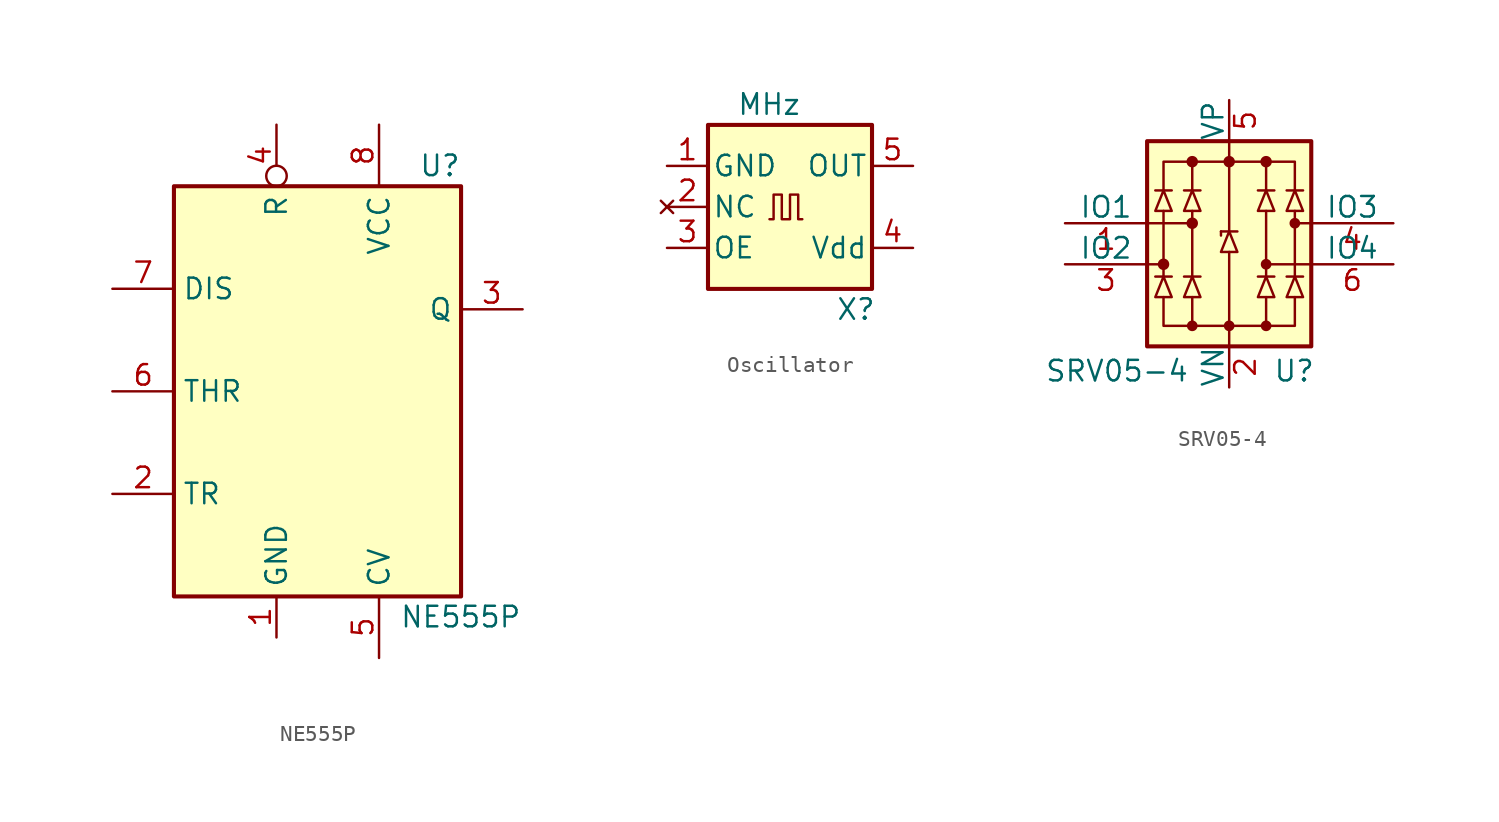
<source format=kicad_sym>
(kicad_symbol_lib
  (version 20231120)
  (generator "kicad_symbol_editor")
  (generator_version "8.0")
  (symbol "NE555P"
    (property "Reference" "U"
      (at 8.89 8.89 0)
      (effects (font (size 1.27 1.27)) (justify right)))
    (property "Value" "NE555P"
      (at 5.08 -19.05 0)
      (effects (font (size 1.27 1.27)) (justify left)))
    (symbol "NE555P_0_0"
      (pin power_in line (at -2.54 -20.32 90) (length 2.54) (name "GND" (effects (font (size 1.27 1.27)))) (number "1" (effects (font (size 1.27 1.27)))))
      (pin power_in line (at 3.81 11.43 270) (length 3.81) (name "VCC" (effects (font (size 1.27 1.27)))) (number "8" (effects (font (size 1.27 1.27))))))
    (symbol "NE555P_0_1"
      (rectangle (start -8.89 7.62) (end 8.89 -17.78) (stroke (width 0.254) (type default)) (fill (type background))))
    (symbol "NE555P_1_1"
      (pin input line (at -12.7 -11.43 0) (length 3.81) (name "TR" (effects (font (size 1.27 1.27)))) (number "2" (effects (font (size 1.27 1.27)))))
      (pin output line (at 12.7 0 180) (length 3.81) (name "Q" (effects (font (size 1.27 1.27)))) (number "3" (effects (font (size 1.27 1.27)))))
      (pin input inverted (at -2.54 11.43 270) (length 3.81) (name "R" (effects (font (size 1.27 1.27)))) (number "4" (effects (font (size 1.27 1.27)))))
      (pin input line (at 3.81 -21.59 90) (length 3.81) (name "CV" (effects (font (size 1.27 1.27)))) (number "5" (effects (font (size 1.27 1.27)))))
      (pin input line (at -12.7 -5.08 0) (length 3.81) (name "THR" (effects (font (size 1.27 1.27)))) (number "6" (effects (font (size 1.27 1.27)))))
      (pin input line (at -12.7 1.27 0) (length 3.81) (name "DIS" (effects (font (size 1.27 1.27)))) (number "7" (effects (font (size 1.27 1.27)))))))
  (symbol "Oscillator"
    (pin_names
      (offset 0.254))
    (property "Reference" "X"
      (at 5.334 -6.35 0)
      (effects (font (size 1.27 1.27)) (justify right)))
    (property "Value" "MHz"
      (at -3.302 6.35 0)
      (effects (font (size 1.27 1.27)) (justify left)))
    (symbol "Oscillator_0_1"
      (rectangle (start -5.08 5.08) (end 5.08 -5.08) (stroke (width 0.254) (type default)) (fill (type background)))
      (polyline (pts (xy -1.27 -0.762) (xy -1.016 -0.762) (xy -1.016 0.762) (xy -0.508 0.762) (xy -0.508 -0.762) (xy 0 -0.762) (xy 0 0.762) (xy 0.508 0.762) (xy 0.508 -0.762) (xy 0.762 -0.762)) (stroke (width 0) (type default)) (fill (type none))))
    (symbol "Oscillator_1_1"
      (pin power_in line (at -7.62 2.54 0) (length 2.54) (name "GND" (effects (font (size 1.27 1.27)))) (number "1" (effects (font (size 1.27 1.27)))))
      (pin no_connect line (at -7.62 0 0) (length 2.54) (name "NC" (effects (font (size 1.27 1.27)))) (number "2" (effects (font (size 1.27 1.27)))))
      (pin input line (at -7.62 -2.54 0) (length 2.54) (name "OE" (effects (font (size 1.27 1.27)))) (number "3" (effects (font (size 1.27 1.27)))))
      (pin power_in line (at 7.62 -2.54 180) (length 2.54) (name "Vdd" (effects (font (size 1.27 1.27)))) (number "4" (effects (font (size 1.27 1.27)))))
      (pin output line (at 7.62 2.54 180) (length 2.54) (name "OUT" (effects (font (size 1.27 1.27)))) (number "5" (effects (font (size 1.27 1.27)))))))
  (symbol "SRV05-4"
    (pin_names
      (offset 0))
    (property "Reference" "U"
      (at 5.334 -7.874 0)
      (effects (font (size 1.27 1.27)) (justify right)))
    (property "Value" "SRV05-4"
      (at -11.43 -7.874 0)
      (effects (font (size 1.27 1.27)) (justify left)))
    (symbol "SRV05-4_0_1"
      (rectangle (start -5.08 6.35) (end 5.08 -6.35) (stroke (width 0.254) (type default)) (fill (type background)))
      (circle (center -4.064 -1.27) (radius 0.279) (stroke (width 0) (type default)) (fill (type outline)))
      (circle (center -2.286 -5.08) (radius 0.254) (stroke (width 0) (type default)) (fill (type outline)))
      (circle (center -2.286 1.27) (radius 0.279) (stroke (width 0) (type default)) (fill (type outline)))
      (circle (center -2.286 5.08) (radius 0.279) (stroke (width 0) (type default)) (fill (type outline)))
      (circle (center 0 -5.08) (radius 0.254) (stroke (width 0) (type default)) (fill (type outline)))
      (polyline (pts (xy -3.556 -2.032) (xy -4.572 -2.032)) (stroke (width 0) (type default)) (fill (type none)))
      (polyline (pts (xy -3.556 3.302) (xy -4.572 3.302)) (stroke (width 0) (type default)) (fill (type none)))
      (polyline (pts (xy -1.778 -2.032) (xy -2.794 -2.032)) (stroke (width 0) (type default)) (fill (type none)))
      (polyline (pts (xy -1.778 3.302) (xy -2.794 3.302)) (stroke (width 0) (type default)) (fill (type none)))
      (polyline (pts (xy 0 6.35) (xy 0 0.762)) (stroke (width 0) (type default)) (fill (type none)))
      (polyline (pts (xy 0.508 0.762) (xy -0.508 0.762)) (stroke (width 0) (type default)) (fill (type none)))
      (polyline (pts (xy 2.794 -2.032) (xy 1.778 -2.032)) (stroke (width 0) (type default)) (fill (type none)))
      (polyline (pts (xy 2.794 3.302) (xy 1.778 3.302)) (stroke (width 0) (type default)) (fill (type none)))
      (polyline (pts (xy 4.572 -2.032) (xy 3.556 -2.032)) (stroke (width 0) (type default)) (fill (type none)))
      (polyline (pts (xy 4.572 3.302) (xy 3.556 3.302)) (stroke (width 0) (type default)) (fill (type none)))
      (polyline (pts (xy 5.08 -1.27) (xy 2.286 -1.27)) (stroke (width 0) (type default)) (fill (type none)))
      (polyline (pts (xy 5.08 1.27) (xy 4.064 1.27)) (stroke (width 0) (type default)) (fill (type none)))
      (polyline (pts (xy -3.556 -3.302) (xy -4.572 -3.302) (xy -4.064 -2.032) (xy -3.556 -3.302)) (stroke (width 0) (type default)) (fill (type none)))
      (polyline (pts (xy -3.556 2.032) (xy -4.572 2.032) (xy -4.064 3.302) (xy -3.556 2.032)) (stroke (width 0) (type default)) (fill (type none)))
      (polyline (pts (xy -1.778 -3.302) (xy -2.794 -3.302) (xy -2.286 -2.032) (xy -1.778 -3.302)) (stroke (width 0) (type default)) (fill (type none)))
      (polyline (pts (xy -1.778 2.032) (xy -2.794 2.032) (xy -2.286 3.302) (xy -1.778 2.032)) (stroke (width 0) (type default)) (fill (type none)))
      (polyline (pts (xy 0.508 -0.508) (xy -0.508 -0.508) (xy 0 0.762) (xy 0.508 -0.508)) (stroke (width 0) (type default)) (fill (type none)))
      (polyline (pts (xy 2.794 -3.302) (xy 1.778 -3.302) (xy 2.286 -2.032) (xy 2.794 -3.302)) (stroke (width 0) (type default)) (fill (type none)))
      (polyline (pts (xy 2.794 2.032) (xy 1.778 2.032) (xy 2.286 3.302) (xy 2.794 2.032)) (stroke (width 0) (type default)) (fill (type none)))
      (polyline (pts (xy 4.572 -3.302) (xy 3.556 -3.302) (xy 4.064 -2.032) (xy 4.572 -3.302)) (stroke (width 0) (type default)) (fill (type none)))
      (polyline (pts (xy 4.572 2.032) (xy 3.556 2.032) (xy 4.064 3.302) (xy 4.572 2.032)) (stroke (width 0) (type default)) (fill (type none)))
      (circle (center 0 5.08) (radius 0.279) (stroke (width 0) (type default)) (fill (type outline)))
      (circle (center 2.286 -5.08) (radius 0.254) (stroke (width 0) (type default)) (fill (type outline)))
      (circle (center 2.286 -1.27) (radius 0.254) (stroke (width 0) (type default)) (fill (type outline)))
      (circle (center 2.286 5.08) (radius 0.279) (stroke (width 0) (type default)) (fill (type outline)))
      (circle (center 4.064 1.27) (radius 0.254) (stroke (width 0) (type default)) (fill (type outline))))
    (symbol "SRV05-4_1_1"
      (polyline (pts (xy -4.064 -1.27) (xy -5.08 -1.27)) (stroke (width 0) (type default)) (fill (type none)))
      (polyline (pts (xy -4.064 2.032) (xy -4.064 -2.032)) (stroke (width 0) (type default)) (fill (type none)))
      (polyline (pts (xy -2.286 -3.302) (xy -2.286 -5.08)) (stroke (width 0) (type default)) (fill (type none)))
      (polyline (pts (xy -2.286 1.27) (xy -5.08 1.27)) (stroke (width 0) (type default)) (fill (type none)))
      (polyline (pts (xy -2.286 2.032) (xy -2.286 -2.032)) (stroke (width 0) (type default)) (fill (type none)))
      (polyline (pts (xy -2.286 3.302) (xy -2.286 5.08)) (stroke (width 0) (type default)) (fill (type none)))
      (polyline (pts (xy -0.508 0.762) (xy -0.508 0.508)) (stroke (width 0) (type default)) (fill (type none)))
      (polyline (pts (xy 2.286 -3.302) (xy 2.286 -5.08)) (stroke (width 0) (type default)) (fill (type none)))
      (polyline (pts (xy 2.286 2.032) (xy 2.286 -2.032)) (stroke (width 0) (type default)) (fill (type none)))
      (polyline (pts (xy 2.286 3.302) (xy 2.286 5.08)) (stroke (width 0) (type default)) (fill (type none)))
      (polyline (pts (xy 4.064 2.032) (xy 4.064 -2.032)) (stroke (width 0) (type default)) (fill (type none)))
      (polyline (pts (xy -4.064 -3.302) (xy -4.064 -5.08) (xy 4.064 -5.08) (xy 4.064 -3.302)) (stroke (width 0) (type default)) (fill (type none)))
      (polyline (pts (xy -4.064 3.302) (xy -4.064 5.08) (xy 4.064 5.08) (xy 4.064 3.302)) (stroke (width 0) (type default)) (fill (type none)))
      (polyline (pts (xy 0 -6.35) (xy 0 -0.508) (xy 0 -0.508) (xy 0 -0.508)) (stroke (width 0) (type default)) (fill (type none)))
      (pin passive line (at -10.16 1.27 0) (length 5.08) (name "IO1" (effects (font (size 1.27 1.27)))) (number "1" (effects (font (size 1.27 1.27)))))
      (pin passive line (at 0 -8.89 90) (length 2.54) (name "VN" (effects (font (size 1.27 1.27)))) (number "2" (effects (font (size 1.27 1.27)))))
      (pin passive line (at -10.16 -1.27 0) (length 5.08) (name "IO2" (effects (font (size 1.27 1.27)))) (number "3" (effects (font (size 1.27 1.27)))))
      (pin passive line (at 10.16 1.27 180) (length 5.08) (name "IO3" (effects (font (size 1.27 1.27)))) (number "4" (effects (font (size 1.27 1.27)))))
      (pin passive line (at 0 8.89 270) (length 2.54) (name "VP" (effects (font (size 1.27 1.27)))) (number "5" (effects (font (size 1.27 1.27)))))
      (pin passive line (at 10.16 -1.27 180) (length 5.08) (name "IO4" (effects (font (size 1.27 1.27)))) (number "6" (effects (font (size 1.27 1.27))))))))
</source>
